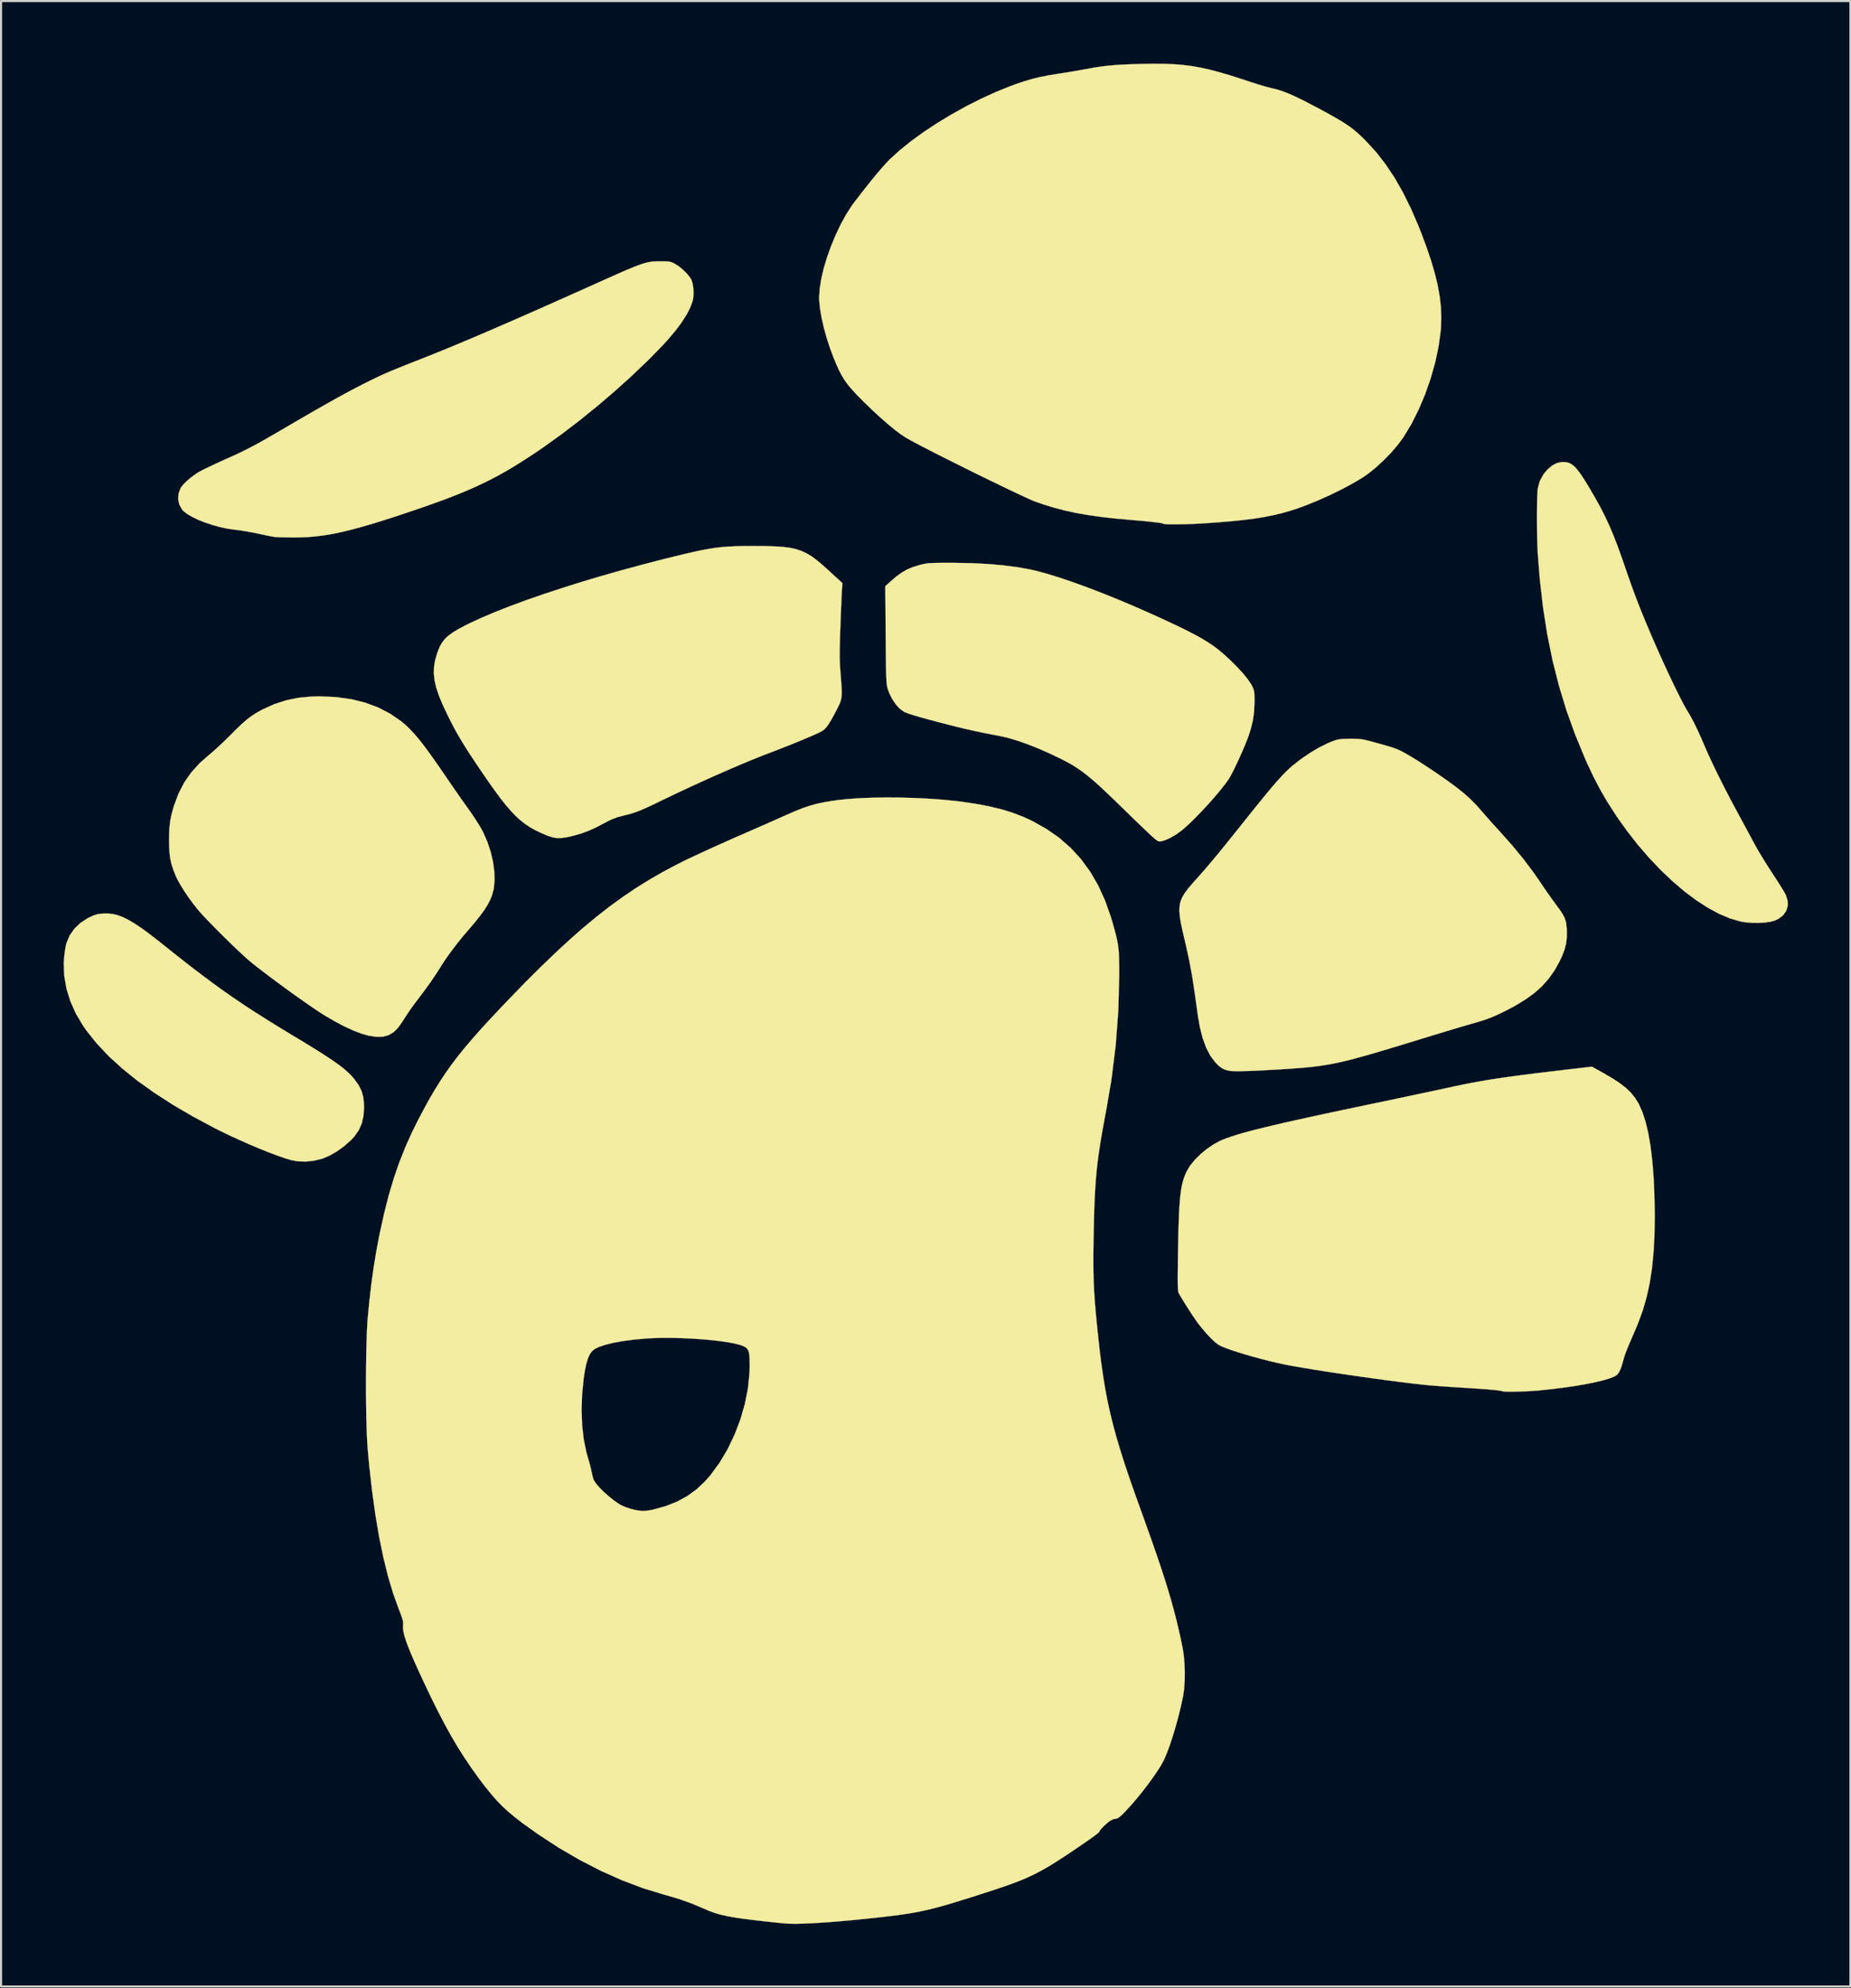
<source format=kicad_pcb>
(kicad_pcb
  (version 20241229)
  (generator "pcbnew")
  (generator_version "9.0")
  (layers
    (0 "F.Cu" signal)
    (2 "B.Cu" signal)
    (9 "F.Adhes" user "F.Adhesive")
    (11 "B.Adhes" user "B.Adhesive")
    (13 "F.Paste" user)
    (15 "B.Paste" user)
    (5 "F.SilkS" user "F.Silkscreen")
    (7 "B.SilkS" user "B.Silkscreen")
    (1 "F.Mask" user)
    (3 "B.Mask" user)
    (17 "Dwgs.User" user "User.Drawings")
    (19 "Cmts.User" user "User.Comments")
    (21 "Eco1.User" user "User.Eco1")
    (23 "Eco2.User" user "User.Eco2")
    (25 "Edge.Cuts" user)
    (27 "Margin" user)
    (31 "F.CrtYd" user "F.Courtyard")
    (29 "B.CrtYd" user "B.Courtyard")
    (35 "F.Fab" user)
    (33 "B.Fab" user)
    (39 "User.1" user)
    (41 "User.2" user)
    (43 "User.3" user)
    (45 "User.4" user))
  (footprint "F.Silk_g4506"
    (layer "F.Cu")
    (at 39.313 42.925)
    (property "Reference" "F.Silk_g4506" (at 0 0 0) (layer "F.SilkS") (effects (font (size 1.524 1.524) (thickness 0.3))))
    (attr through_hole)
    (fp_poly (pts (xy -37.168 -2.235) (xy -36.943 -2.208) (xy -36.712 -2.15) (xy -36.467 -2.057) (xy -36.203 -1.925) (xy -35.91 -1.751) (xy -35.583 -1.532) (xy -35.214 -1.262) (xy -34.795 -0.938) (xy -34.556 -0.748) (xy -33.906 -0.23) (xy -33.307 0.24) (xy -32.747 0.669) (xy -32.215 1.067) (xy -31.7 1.44) (xy -31.188 1.798) (xy -30.669 2.149) (xy -30.13 2.5) (xy -29.561 2.861) (xy -28.949 3.239) (xy -28.321 3.619) (xy -27.804 3.931) (xy -27.355 4.207) (xy -26.967 4.45) (xy -26.636 4.665) (xy -26.353 4.856) (xy -26.114 5.027) (xy -25.913 5.183) (xy -25.742 5.329) (xy -25.596 5.468) (xy -25.469 5.605) (xy -25.404 5.682) (xy -25.192 5.976) (xy -25.048 6.263) (xy -24.964 6.568) (xy -24.93 6.916) (xy -24.929 7.047) (xy -24.957 7.458) (xy -25.038 7.815) (xy -25.179 8.133) (xy -25.386 8.43) (xy -25.567 8.625) (xy -25.881 8.903) (xy -26.227 9.152) (xy -26.583 9.356) (xy -26.923 9.5) (xy -26.924 9.501) (xy -27.312 9.598) (xy -27.716 9.642) (xy -28.108 9.629) (xy -28.428 9.569) (xy -28.737 9.474) (xy -29.107 9.345) (xy -29.523 9.187) (xy -29.973 9.006) (xy -30.441 8.808) (xy -30.915 8.599) (xy -31.381 8.384) (xy -31.824 8.17) (xy -32.068 8.047) (xy -33.123 7.483) (xy -34.094 6.914) (xy -34.981 6.342) (xy -35.787 5.766) (xy -36.51 5.184) (xy -37.152 4.597) (xy -37.714 4.004) (xy -38.196 3.404) (xy -38.395 3.12) (xy -38.734 2.546) (xy -38.996 1.956) (xy -39.18 1.356) (xy -39.285 0.753) (xy -39.308 0.151) (xy -39.289 -0.137) (xy -39.264 -0.354) (xy -39.233 -0.562) (xy -39.201 -0.733) (xy -39.18 -0.817) (xy -39.026 -1.184) (xy -38.799 -1.51) (xy -38.504 -1.79) (xy -38.145 -2.021) (xy -38.067 -2.06) (xy -37.875 -2.146) (xy -37.715 -2.197) (xy -37.545 -2.225) (xy -37.394 -2.236) (xy -37.168 -2.235)) (stroke (width 0.01) (type solid)) (fill yes) (layer "F.SilkS"))
    (fp_poly (pts (xy 32.642 -23.843) (xy 32.779 -23.809) (xy 32.909 -23.742) (xy 33.039 -23.637) (xy 33.177 -23.486) (xy 33.33 -23.282) (xy 33.505 -23.017) (xy 33.709 -22.686) (xy 33.757 -22.606) (xy 34.037 -22.126) (xy 34.284 -21.677) (xy 34.506 -21.241) (xy 34.711 -20.802) (xy 34.906 -20.341) (xy 35.1 -19.842) (xy 35.3 -19.286) (xy 35.413 -18.959) (xy 35.59 -18.445) (xy 35.751 -17.989) (xy 35.904 -17.57) (xy 36.058 -17.165) (xy 36.22 -16.753) (xy 36.4 -16.311) (xy 36.502 -16.066) (xy 36.704 -15.588) (xy 36.916 -15.101) (xy 37.132 -14.614) (xy 37.348 -14.138) (xy 37.561 -13.679) (xy 37.765 -13.249) (xy 37.957 -12.856) (xy 38.132 -12.509) (xy 38.285 -12.217) (xy 38.413 -11.99) (xy 38.465 -11.905) (xy 38.602 -11.673) (xy 38.759 -11.375) (xy 38.93 -11.023) (xy 39.109 -10.63) (xy 39.266 -10.266) (xy 39.45 -9.847) (xy 39.672 -9.368) (xy 39.929 -8.839) (xy 40.215 -8.271) (xy 40.524 -7.676) (xy 40.85 -7.064) (xy 40.881 -7.006) (xy 41.046 -6.703) (xy 41.214 -6.392) (xy 41.377 -6.091) (xy 41.525 -5.817) (xy 41.649 -5.587) (xy 41.717 -5.461) (xy 41.831 -5.258) (xy 41.981 -5.007) (xy 42.152 -4.727) (xy 42.333 -4.441) (xy 42.511 -4.168) (xy 42.527 -4.143) (xy 42.688 -3.899) (xy 42.838 -3.664) (xy 42.97 -3.452) (xy 43.075 -3.278) (xy 43.144 -3.155) (xy 43.158 -3.127) (xy 43.245 -2.855) (xy 43.251 -2.597) (xy 43.179 -2.361) (xy 43.033 -2.155) (xy 42.817 -1.986) (xy 42.636 -1.9) (xy 42.424 -1.842) (xy 42.153 -1.804) (xy 41.846 -1.787) (xy 41.526 -1.792) (xy 41.217 -1.818) (xy 40.979 -1.859) (xy 40.477 -2.006) (xy 39.952 -2.228) (xy 39.411 -2.522) (xy 38.857 -2.882) (xy 38.297 -3.303) (xy 37.735 -3.782) (xy 37.176 -4.313) (xy 36.625 -4.891) (xy 36.088 -5.513) (xy 35.569 -6.174) (xy 35.074 -6.868) (xy 34.608 -7.592) (xy 34.574 -7.649) (xy 34.262 -8.188) (xy 33.965 -8.758) (xy 33.67 -9.38) (xy 33.558 -9.631) (xy 33.08 -10.786) (xy 32.661 -11.951) (xy 32.299 -13.136) (xy 31.992 -14.349) (xy 31.738 -15.598) (xy 31.535 -16.894) (xy 31.38 -18.245) (xy 31.285 -19.451) (xy 31.271 -19.727) (xy 31.259 -20.046) (xy 31.251 -20.394) (xy 31.246 -20.758) (xy 31.244 -21.125) (xy 31.245 -21.482) (xy 31.249 -21.814) (xy 31.256 -22.11) (xy 31.266 -22.355) (xy 31.279 -22.536) (xy 31.287 -22.605) (xy 31.386 -22.955) (xy 31.563 -23.275) (xy 31.75 -23.496) (xy 31.981 -23.692) (xy 32.212 -23.808) (xy 32.455 -23.853) (xy 32.491 -23.853) (xy 32.642 -23.843)) (stroke (width 0.01) (type solid)) (fill yes) (layer "F.SilkS"))
    (fp_poly (pts (xy -26.294 -12.6) (xy -25.565 -12.501) (xy -24.884 -12.335) (xy -24.254 -12.101) (xy -23.674 -11.801) (xy -23.147 -11.435) (xy -23.1 -11.397) (xy -22.92 -11.242) (xy -22.74 -11.071) (xy -22.557 -10.877) (xy -22.363 -10.653) (xy -22.154 -10.392) (xy -21.923 -10.087) (xy -21.665 -9.731) (xy -21.374 -9.317) (xy -21.048 -8.841) (xy -20.841 -8.539) (xy -20.621 -8.22) (xy -20.401 -7.903) (xy -20.192 -7.605) (xy -20.009 -7.346) (xy -19.897 -7.19) (xy -19.725 -6.944) (xy -19.555 -6.687) (xy -19.401 -6.441) (xy -19.277 -6.227) (xy -19.219 -6.117) (xy -19.02 -5.657) (xy -18.864 -5.184) (xy -18.754 -4.712) (xy -18.692 -4.253) (xy -18.679 -3.821) (xy -18.717 -3.427) (xy -18.808 -3.085) (xy -18.81 -3.079) (xy -18.902 -2.864) (xy -19.016 -2.648) (xy -19.159 -2.419) (xy -19.339 -2.169) (xy -19.563 -1.885) (xy -19.837 -1.559) (xy -19.996 -1.376) (xy -20.221 -1.111) (xy -20.457 -0.817) (xy -20.691 -0.511) (xy -20.909 -0.215) (xy -21.095 0.054) (xy -21.21 0.233) (xy -21.462 0.633) (xy -21.73 1.029) (xy -22.031 1.446) (xy -22.201 1.672) (xy -22.411 1.95) (xy -22.58 2.178) (xy -22.719 2.371) (xy -22.839 2.546) (xy -22.953 2.72) (xy -23.072 2.907) (xy -23.085 2.93) (xy -23.296 3.227) (xy -23.515 3.445) (xy -23.754 3.588) (xy -24.023 3.661) (xy -24.334 3.668) (xy -24.697 3.614) (xy -24.701 3.613) (xy -25.051 3.515) (xy -25.449 3.363) (xy -25.886 3.162) (xy -26.352 2.915) (xy -26.836 2.63) (xy -27.077 2.476) (xy -27.351 2.293) (xy -27.666 2.077) (xy -28.009 1.836) (xy -28.371 1.578) (xy -28.739 1.311) (xy -29.104 1.043) (xy -29.453 0.783) (xy -29.777 0.538) (xy -30.063 0.316) (xy -30.302 0.126) (xy -30.477 -0.021) (xy -30.708 -0.228) (xy -30.973 -0.475) (xy -31.26 -0.749) (xy -31.558 -1.04) (xy -31.857 -1.335) (xy -32.143 -1.624) (xy -32.406 -1.896) (xy -32.634 -2.138) (xy -32.817 -2.34) (xy -32.882 -2.416) (xy -33.103 -2.693) (xy -33.323 -2.994) (xy -33.531 -3.301) (xy -33.714 -3.595) (xy -33.862 -3.859) (xy -33.949 -4.043) (xy -34.065 -4.34) (xy -34.15 -4.603) (xy -34.207 -4.856) (xy -34.242 -5.126) (xy -34.26 -5.437) (xy -34.264 -5.694) (xy -34.261 -6.076) (xy -34.243 -6.4) (xy -34.207 -6.691) (xy -34.149 -6.976) (xy -34.066 -7.28) (xy -34.026 -7.408) (xy -33.807 -7.991) (xy -33.536 -8.514) (xy -33.204 -8.99) (xy -32.804 -9.431) (xy -32.391 -9.796) (xy -32.193 -9.963) (xy -31.958 -10.173) (xy -31.71 -10.404) (xy -31.469 -10.636) (xy -31.316 -10.79) (xy -31.024 -11.083) (xy -30.771 -11.322) (xy -30.544 -11.518) (xy -30.329 -11.682) (xy -30.112 -11.825) (xy -29.879 -11.958) (xy -29.767 -12.016) (xy -29.222 -12.262) (xy -28.667 -12.442) (xy -28.088 -12.561) (xy -27.468 -12.622) (xy -27.072 -12.632) (xy -26.294 -12.6)) (stroke (width 0.01) (type solid)) (fill yes) (layer "F.SilkS"))
    (fp_poly (pts (xy 3.323 -19.026) (xy 4.161 -19.01) (xy 4.956 -18.97) (xy 5.7 -18.904) (xy 6.383 -18.815) (xy 6.997 -18.703) (xy 7.26 -18.643) (xy 7.781 -18.502) (xy 8.367 -18.321) (xy 9.009 -18.104) (xy 9.698 -17.854) (xy 10.427 -17.574) (xy 11.186 -17.267) (xy 11.968 -16.937) (xy 12.763 -16.588) (xy 13.564 -16.221) (xy 13.589 -16.209) (xy 14.084 -15.975) (xy 14.51 -15.766) (xy 14.878 -15.576) (xy 15.199 -15.398) (xy 15.481 -15.226) (xy 15.736 -15.055) (xy 15.974 -14.877) (xy 16.204 -14.686) (xy 16.437 -14.476) (xy 16.547 -14.373) (xy 16.878 -14.044) (xy 17.158 -13.74) (xy 17.382 -13.466) (xy 17.544 -13.229) (xy 17.6 -13.128) (xy 17.649 -13.022) (xy 17.682 -12.927) (xy 17.702 -12.823) (xy 17.712 -12.688) (xy 17.715 -12.501) (xy 17.715 -12.361) (xy 17.697 -11.916) (xy 17.641 -11.5) (xy 17.539 -11.078) (xy 17.443 -10.774) (xy 17.363 -10.555) (xy 17.257 -10.292) (xy 17.134 -10.004) (xy 17 -9.704) (xy 16.864 -9.411) (xy 16.733 -9.139) (xy 16.614 -8.907) (xy 16.515 -8.729) (xy 16.478 -8.669) (xy 16.298 -8.418) (xy 16.067 -8.126) (xy 15.798 -7.807) (xy 15.505 -7.476) (xy 15.2 -7.147) (xy 14.897 -6.834) (xy 14.609 -6.552) (xy 14.349 -6.316) (xy 14.226 -6.212) (xy 13.959 -6.018) (xy 13.686 -5.859) (xy 13.429 -5.746) (xy 13.249 -5.695) (xy 13.175 -5.687) (xy 13.108 -5.7) (xy 13.032 -5.744) (xy 12.927 -5.827) (xy 12.806 -5.934) (xy 12.705 -6.027) (xy 12.554 -6.17) (xy 12.36 -6.354) (xy 12.134 -6.571) (xy 11.886 -6.812) (xy 11.623 -7.067) (xy 11.411 -7.273) (xy 11.004 -7.669) (xy 10.647 -8.01) (xy 10.334 -8.303) (xy 10.056 -8.554) (xy 9.805 -8.768) (xy 9.573 -8.953) (xy 9.353 -9.114) (xy 9.137 -9.257) (xy 8.917 -9.39) (xy 8.686 -9.518) (xy 8.441 -9.644) (xy 7.899 -9.903) (xy 7.361 -10.139) (xy 6.838 -10.345) (xy 6.346 -10.517) (xy 5.897 -10.649) (xy 5.546 -10.73) (xy 5.106 -10.814) (xy 4.73 -10.889) (xy 4.397 -10.958) (xy 4.087 -11.026) (xy 3.779 -11.097) (xy 3.454 -11.176) (xy 3.118 -11.261) (xy 2.562 -11.404) (xy 2.088 -11.53) (xy 1.694 -11.64) (xy 1.379 -11.733) (xy 1.142 -11.81) (xy 0.981 -11.872) (xy 0.94 -11.891) (xy 0.744 -12.029) (xy 0.552 -12.234) (xy 0.378 -12.486) (xy 0.233 -12.769) (xy 0.142 -13.02) (xy 0.126 -13.084) (xy 0.113 -13.16) (xy 0.101 -13.256) (xy 0.091 -13.378) (xy 0.083 -13.535) (xy 0.076 -13.733) (xy 0.07 -13.98) (xy 0.065 -14.282) (xy 0.061 -14.648) (xy 0.057 -15.084) (xy 0.053 -15.59) (xy 0.035 -17.909) (xy 0.257 -18.109) (xy 0.549 -18.36) (xy 0.814 -18.554) (xy 1.073 -18.704) (xy 1.347 -18.821) (xy 1.658 -18.917) (xy 1.723 -18.934) (xy 1.837 -18.962) (xy 1.945 -18.983) (xy 2.057 -19) (xy 2.188 -19.012) (xy 2.348 -19.019) (xy 2.549 -19.024) (xy 2.805 -19.026) (xy 3.127 -19.026) (xy 3.323 -19.026)) (stroke (width 0.01) (type solid)) (fill yes) (layer "F.SilkS"))
    (fp_poly (pts (xy -10.556 -33.462) (xy -10.401 -33.457) (xy -10.289 -33.443) (xy -10.197 -33.418) (xy -10.106 -33.376) (xy -10.033 -33.338) (xy -9.842 -33.213) (xy -9.646 -33.05) (xy -9.464 -32.869) (xy -9.32 -32.692) (xy -9.25 -32.575) (xy -9.194 -32.403) (xy -9.16 -32.18) (xy -9.149 -31.939) (xy -9.163 -31.71) (xy -9.185 -31.59) (xy -9.295 -31.275) (xy -9.474 -30.922) (xy -9.721 -30.536) (xy -10.031 -30.123) (xy -10.401 -29.687) (xy -10.624 -29.444) (xy -11.324 -28.729) (xy -12.088 -27.998) (xy -12.901 -27.265) (xy -13.746 -26.542) (xy -14.609 -25.844) (xy -15.473 -25.183) (xy -16.323 -24.573) (xy -16.658 -24.344) (xy -17.151 -24.018) (xy -17.62 -23.721) (xy -18.075 -23.448) (xy -18.524 -23.196) (xy -18.978 -22.959) (xy -19.446 -22.733) (xy -19.939 -22.513) (xy -20.466 -22.295) (xy -21.037 -22.074) (xy -21.662 -21.846) (xy -22.35 -21.606) (xy -23.029 -21.377) (xy -23.739 -21.144) (xy -24.38 -20.942) (xy -24.96 -20.771) (xy -25.488 -20.627) (xy -25.972 -20.508) (xy -26.42 -20.414) (xy -26.842 -20.343) (xy -27.245 -20.292) (xy -27.639 -20.259) (xy -28.031 -20.244) (xy -28.355 -20.242) (xy -28.603 -20.245) (xy -28.832 -20.25) (xy -29.024 -20.256) (xy -29.16 -20.262) (xy -29.21 -20.266) (xy -29.302 -20.281) (xy -29.459 -20.311) (xy -29.662 -20.352) (xy -29.892 -20.4) (xy -30.014 -20.427) (xy -30.285 -20.482) (xy -30.57 -20.534) (xy -30.839 -20.577) (xy -31.065 -20.607) (xy -31.115 -20.613) (xy -31.456 -20.66) (xy -31.814 -20.736) (xy -32.177 -20.835) (xy -32.529 -20.952) (xy -32.859 -21.083) (xy -33.152 -21.222) (xy -33.395 -21.363) (xy -33.575 -21.502) (xy -33.641 -21.574) (xy -33.773 -21.813) (xy -33.829 -22.075) (xy -33.811 -22.342) (xy -33.715 -22.596) (xy -33.693 -22.634) (xy -33.575 -22.786) (xy -33.401 -22.958) (xy -33.19 -23.134) (xy -32.964 -23.297) (xy -32.836 -23.377) (xy -32.715 -23.442) (xy -32.53 -23.535) (xy -32.295 -23.648) (xy -32.025 -23.774) (xy -31.734 -23.908) (xy -31.47 -24.026) (xy -31.119 -24.185) (xy -30.802 -24.335) (xy -30.499 -24.485) (xy -30.194 -24.644) (xy -29.868 -24.823) (xy -29.504 -25.029) (xy -29.142 -25.24) (xy -28.51 -25.609) (xy -27.944 -25.938) (xy -27.437 -26.231) (xy -26.982 -26.491) (xy -26.573 -26.723) (xy -26.201 -26.93) (xy -25.862 -27.116) (xy -25.548 -27.285) (xy -25.252 -27.44) (xy -24.967 -27.586) (xy -24.815 -27.662) (xy -24.604 -27.767) (xy -24.415 -27.86) (xy -24.239 -27.944) (xy -24.065 -28.024) (xy -23.883 -28.105) (xy -23.683 -28.191) (xy -23.455 -28.285) (xy -23.188 -28.394) (xy -22.873 -28.52) (xy -22.499 -28.668) (xy -22.057 -28.842) (xy -22.056 -28.843) (xy -21.529 -29.053) (xy -20.967 -29.281) (xy -20.367 -29.53) (xy -19.722 -29.801) (xy -19.031 -30.097) (xy -18.287 -30.418) (xy -17.488 -30.767) (xy -16.629 -31.145) (xy -15.705 -31.555) (xy -14.713 -31.998) (xy -13.772 -32.42) (xy -13.288 -32.637) (xy -12.874 -32.821) (xy -12.522 -32.976) (xy -12.224 -33.104) (xy -11.973 -33.207) (xy -11.761 -33.288) (xy -11.58 -33.349) (xy -11.424 -33.394) (xy -11.284 -33.425) (xy -11.152 -33.445) (xy -11.022 -33.456) (xy -10.886 -33.461) (xy -10.774 -33.462) (xy -10.556 -33.462)) (stroke (width 0.01) (type solid)) (fill yes) (layer "F.SilkS"))
    (fp_poly (pts (xy -5.688 -19.827) (xy -5.247 -19.814) (xy -4.868 -19.789) (xy -4.539 -19.747) (xy -4.248 -19.684) (xy -3.985 -19.597) (xy -3.737 -19.482) (xy -3.493 -19.334) (xy -3.243 -19.149) (xy -2.973 -18.924) (xy -2.673 -18.655) (xy -2.611 -18.598) (xy -2.023 -18.055) (xy -2.047 -17.653) (xy -2.055 -17.51) (xy -2.065 -17.296) (xy -2.076 -17.026) (xy -2.089 -16.714) (xy -2.103 -16.373) (xy -2.116 -16.019) (xy -2.121 -15.871) (xy -2.136 -15.446) (xy -2.145 -15.092) (xy -2.15 -14.792) (xy -2.15 -14.533) (xy -2.145 -14.299) (xy -2.135 -14.076) (xy -2.119 -13.849) (xy -2.113 -13.775) (xy -2.085 -13.419) (xy -2.065 -13.134) (xy -2.054 -12.908) (xy -2.054 -12.727) (xy -2.067 -12.578) (xy -2.093 -12.448) (xy -2.135 -12.324) (xy -2.192 -12.194) (xy -2.268 -12.043) (xy -2.303 -11.976) (xy -2.46 -11.678) (xy -2.59 -11.446) (xy -2.701 -11.271) (xy -2.8 -11.14) (xy -2.897 -11.044) (xy -2.997 -10.972) (xy -3.064 -10.935) (xy -3.231 -10.855) (xy -3.463 -10.752) (xy -3.745 -10.631) (xy -4.062 -10.498) (xy -4.402 -10.36) (xy -4.748 -10.221) (xy -5.087 -10.089) (xy -5.403 -9.969) (xy -5.419 -9.963) (xy -5.871 -9.789) (xy -6.385 -9.582) (xy -6.951 -9.345) (xy -7.555 -9.086) (xy -8.186 -8.808) (xy -8.831 -8.517) (xy -9.478 -8.219) (xy -10.116 -7.919) (xy -10.668 -7.654) (xy -11.019 -7.484) (xy -11.309 -7.347) (xy -11.551 -7.238) (xy -11.757 -7.151) (xy -11.943 -7.082) (xy -12.122 -7.024) (xy -12.306 -6.973) (xy -12.51 -6.923) (xy -12.522 -6.92) (xy -12.786 -6.849) (xy -13.018 -6.766) (xy -13.255 -6.656) (xy -13.42 -6.568) (xy -13.824 -6.356) (xy -14.191 -6.191) (xy -14.547 -6.061) (xy -14.916 -5.957) (xy -14.951 -5.948) (xy -15.25 -5.883) (xy -15.493 -5.85) (xy -15.704 -5.85) (xy -15.903 -5.884) (xy -16.116 -5.953) (xy -16.204 -5.988) (xy -16.489 -6.111) (xy -16.751 -6.239) (xy -16.994 -6.377) (xy -17.224 -6.532) (xy -17.448 -6.708) (xy -17.672 -6.913) (xy -17.9 -7.152) (xy -18.14 -7.43) (xy -18.396 -7.755) (xy -18.674 -8.131) (xy -18.982 -8.565) (xy -19.323 -9.062) (xy -19.524 -9.36) (xy -19.802 -9.777) (xy -20.038 -10.142) (xy -20.243 -10.473) (xy -20.427 -10.785) (xy -20.6 -11.095) (xy -20.77 -11.42) (xy -20.934 -11.748) (xy -21.162 -12.232) (xy -21.34 -12.661) (xy -21.468 -13.045) (xy -21.55 -13.395) (xy -21.585 -13.723) (xy -21.576 -14.039) (xy -21.525 -14.354) (xy -21.432 -14.679) (xy -21.379 -14.827) (xy -21.289 -15.038) (xy -21.182 -15.222) (xy -21.05 -15.388) (xy -20.882 -15.544) (xy -20.669 -15.699) (xy -20.401 -15.859) (xy -20.069 -16.035) (xy -19.833 -16.151) (xy -19.27 -16.41) (xy -18.631 -16.68) (xy -17.922 -16.958) (xy -17.151 -17.242) (xy -16.324 -17.53) (xy -15.448 -17.818) (xy -14.532 -18.106) (xy -13.58 -18.391) (xy -12.602 -18.669) (xy -11.603 -18.94) (xy -10.591 -19.201) (xy -10.097 -19.324) (xy -9.599 -19.444) (xy -9.168 -19.544) (xy -8.791 -19.625) (xy -8.452 -19.689) (xy -8.138 -19.739) (xy -7.835 -19.776) (xy -7.527 -19.801) (xy -7.201 -19.818) (xy -6.842 -19.827) (xy -6.436 -19.83) (xy -6.202 -19.83) (xy -5.688 -19.827)) (stroke (width 0.01) (type solid)) (fill yes) (layer "F.SilkS"))
    (fp_poly (pts (xy 22.517 -10.601) (xy 22.685 -10.595) (xy 22.835 -10.579) (xy 22.99 -10.552) (xy 23.173 -10.508) (xy 23.408 -10.445) (xy 23.495 -10.421) (xy 23.816 -10.332) (xy 24.068 -10.26) (xy 24.267 -10.2) (xy 24.426 -10.148) (xy 24.558 -10.097) (xy 24.678 -10.044) (xy 24.799 -9.982) (xy 24.935 -9.907) (xy 24.993 -9.875) (xy 25.252 -9.723) (xy 25.562 -9.531) (xy 25.905 -9.31) (xy 26.266 -9.071) (xy 26.627 -8.824) (xy 26.973 -8.581) (xy 27.285 -8.354) (xy 27.305 -8.339) (xy 27.702 -8.027) (xy 28.047 -7.721) (xy 28.366 -7.396) (xy 28.634 -7.091) (xy 28.742 -6.965) (xy 28.893 -6.794) (xy 29.074 -6.59) (xy 29.272 -6.372) (xy 29.471 -6.153) (xy 29.48 -6.144) (xy 30.066 -5.485) (xy 30.589 -4.849) (xy 31.063 -4.221) (xy 31.407 -3.725) (xy 31.574 -3.478) (xy 31.753 -3.219) (xy 31.929 -2.97) (xy 32.083 -2.756) (xy 32.163 -2.648) (xy 32.34 -2.408) (xy 32.47 -2.213) (xy 32.559 -2.044) (xy 32.617 -1.883) (xy 32.651 -1.709) (xy 32.669 -1.505) (xy 32.673 -1.418) (xy 32.672 -1.099) (xy 32.64 -0.811) (xy 32.571 -0.53) (xy 32.459 -0.231) (xy 32.321 0.064) (xy 32.079 0.497) (xy 31.802 0.888) (xy 31.483 1.245) (xy 31.112 1.576) (xy 30.68 1.888) (xy 30.18 2.191) (xy 29.734 2.425) (xy 29.451 2.563) (xy 29.202 2.676) (xy 28.965 2.773) (xy 28.716 2.862) (xy 28.434 2.951) (xy 28.095 3.05) (xy 28.046 3.063) (xy 27.851 3.119) (xy 27.589 3.196) (xy 27.273 3.29) (xy 26.917 3.397) (xy 26.535 3.512) (xy 26.14 3.632) (xy 25.746 3.753) (xy 25.696 3.768) (xy 25.004 3.981) (xy 24.385 4.169) (xy 23.832 4.335) (xy 23.337 4.481) (xy 22.891 4.607) (xy 22.489 4.716) (xy 22.122 4.81) (xy 21.782 4.889) (xy 21.462 4.956) (xy 21.154 5.012) (xy 20.851 5.059) (xy 20.545 5.098) (xy 20.229 5.132) (xy 19.895 5.161) (xy 19.534 5.188) (xy 19.141 5.214) (xy 18.965 5.225) (xy 18.373 5.259) (xy 17.863 5.286) (xy 17.434 5.303) (xy 17.084 5.312) (xy 16.811 5.313) (xy 16.613 5.306) (xy 16.506 5.294) (xy 16.313 5.245) (xy 16.15 5.167) (xy 15.993 5.045) (xy 15.838 4.887) (xy 15.602 4.574) (xy 15.401 4.187) (xy 15.232 3.724) (xy 15.097 3.185) (xy 15.011 2.685) (xy 14.979 2.463) (xy 14.941 2.19) (xy 14.9 1.899) (xy 14.862 1.623) (xy 14.858 1.593) (xy 14.738 0.802) (xy 14.596 0.036) (xy 14.425 -0.748) (xy 14.371 -0.974) (xy 14.268 -1.414) (xy 14.189 -1.785) (xy 14.139 -2.099) (xy 14.118 -2.366) (xy 14.128 -2.599) (xy 14.173 -2.809) (xy 14.253 -3.009) (xy 14.372 -3.21) (xy 14.531 -3.424) (xy 14.733 -3.662) (xy 14.893 -3.841) (xy 15.075 -4.045) (xy 15.253 -4.246) (xy 15.43 -4.451) (xy 15.615 -4.669) (xy 15.813 -4.905) (xy 16.03 -5.168) (xy 16.272 -5.466) (xy 16.547 -5.806) (xy 16.859 -6.195) (xy 17.216 -6.641) (xy 17.322 -6.773) (xy 17.686 -7.229) (xy 18.005 -7.623) (xy 18.282 -7.962) (xy 18.524 -8.252) (xy 18.736 -8.5) (xy 18.923 -8.71) (xy 19.09 -8.889) (xy 19.243 -9.044) (xy 19.386 -9.18) (xy 19.526 -9.304) (xy 19.538 -9.313) (xy 19.94 -9.63) (xy 20.37 -9.923) (xy 20.806 -10.181) (xy 21.229 -10.391) (xy 21.505 -10.502) (xy 21.642 -10.546) (xy 21.774 -10.575) (xy 21.927 -10.592) (xy 22.122 -10.6) (xy 22.31 -10.602) (xy 22.517 -10.601)) (stroke (width 0.01) (type solid)) (fill yes) (layer "F.SilkS"))
    (fp_poly (pts (xy 34.466 5.428) (xy 34.884 5.673) (xy 35.232 5.903) (xy 35.517 6.128) (xy 35.752 6.357) (xy 35.945 6.598) (xy 36.107 6.86) (xy 36.126 6.896) (xy 36.297 7.282) (xy 36.447 7.747) (xy 36.575 8.291) (xy 36.681 8.911) (xy 36.765 9.605) (xy 36.827 10.372) (xy 36.866 11.208) (xy 36.883 12.113) (xy 36.883 12.319) (xy 36.869 13.196) (xy 36.825 14.003) (xy 36.751 14.749) (xy 36.643 15.445) (xy 36.502 16.1) (xy 36.324 16.724) (xy 36.108 17.327) (xy 35.973 17.653) (xy 35.827 17.988) (xy 35.711 18.257) (xy 35.621 18.47) (xy 35.552 18.638) (xy 35.499 18.773) (xy 35.458 18.885) (xy 35.426 18.986) (xy 35.397 19.085) (xy 35.383 19.135) (xy 35.306 19.402) (xy 35.236 19.6) (xy 35.165 19.741) (xy 35.087 19.84) (xy 34.993 19.91) (xy 34.943 19.936) (xy 34.713 20.026) (xy 34.407 20.116) (xy 34.032 20.206) (xy 33.598 20.294) (xy 33.113 20.378) (xy 32.584 20.456) (xy 32.021 20.527) (xy 31.431 20.591) (xy 31.387 20.595) (xy 31.148 20.615) (xy 30.886 20.631) (xy 30.615 20.644) (xy 30.349 20.654) (xy 30.102 20.659) (xy 29.888 20.659) (xy 29.72 20.655) (xy 29.614 20.646) (xy 29.582 20.636) (xy 29.524 20.618) (xy 29.383 20.596) (xy 29.164 20.573) (xy 28.87 20.547) (xy 28.503 20.52) (xy 28.066 20.49) (xy 27.686 20.467) (xy 27.342 20.446) (xy 26.986 20.422) (xy 26.639 20.397) (xy 26.322 20.372) (xy 26.055 20.35) (xy 25.929 20.338) (xy 25.534 20.296) (xy 25.076 20.242) (xy 24.569 20.179) (xy 24.023 20.108) (xy 23.45 20.03) (xy 22.863 19.948) (xy 22.273 19.863) (xy 21.692 19.777) (xy 21.131 19.692) (xy 20.602 19.608) (xy 20.118 19.529) (xy 19.689 19.455) (xy 19.328 19.389) (xy 19.206 19.365) (xy 18.833 19.285) (xy 18.441 19.193) (xy 18.043 19.092) (xy 17.648 18.985) (xy 17.268 18.876) (xy 16.915 18.768) (xy 16.599 18.664) (xy 16.333 18.568) (xy 16.126 18.483) (xy 15.99 18.412) (xy 15.987 18.41) (xy 15.822 18.282) (xy 15.626 18.097) (xy 15.412 17.87) (xy 15.195 17.616) (xy 15.018 17.391) (xy 14.906 17.235) (xy 14.768 17.033) (xy 14.618 16.805) (xy 14.465 16.567) (xy 14.321 16.337) (xy 14.199 16.135) (xy 14.109 15.978) (xy 14.087 15.936) (xy 14.072 15.897) (xy 14.06 15.841) (xy 14.051 15.759) (xy 14.045 15.644) (xy 14.041 15.489) (xy 14.039 15.287) (xy 14.04 15.03) (xy 14.044 14.711) (xy 14.049 14.322) (xy 14.056 13.855) (xy 14.057 13.843) (xy 14.068 13.237) (xy 14.081 12.708) (xy 14.098 12.248) (xy 14.117 11.851) (xy 14.142 11.51) (xy 14.171 11.215) (xy 14.207 10.961) (xy 14.25 10.74) (xy 14.3 10.544) (xy 14.359 10.366) (xy 14.427 10.199) (xy 14.477 10.093) (xy 14.64 9.827) (xy 14.868 9.55) (xy 15.143 9.278) (xy 15.449 9.027) (xy 15.77 8.81) (xy 16.046 8.662) (xy 16.207 8.592) (xy 16.39 8.52) (xy 16.598 8.447) (xy 16.836 8.37) (xy 17.108 8.289) (xy 17.417 8.204) (xy 17.768 8.112) (xy 18.165 8.013) (xy 18.612 7.906) (xy 19.113 7.79) (xy 19.672 7.664) (xy 20.293 7.527) (xy 20.981 7.378) (xy 21.738 7.216) (xy 22.57 7.04) (xy 23.481 6.849) (xy 23.635 6.817) (xy 24.105 6.719) (xy 24.588 6.617) (xy 25.073 6.515) (xy 25.544 6.415) (xy 25.988 6.321) (xy 26.391 6.235) (xy 26.738 6.16) (xy 27.009 6.101) (xy 27.396 6.017) (xy 27.764 5.941) (xy 28.123 5.871) (xy 28.481 5.805) (xy 28.848 5.741) (xy 29.234 5.68) (xy 29.647 5.619) (xy 30.097 5.556) (xy 30.593 5.49) (xy 31.144 5.421) (xy 31.76 5.346) (xy 32.45 5.264) (xy 32.524 5.255) (xy 33.87 5.097) (xy 34.466 5.428)) (stroke (width 0.01) (type solid)) (fill yes) (layer "F.SilkS"))
    (fp_poly (pts (xy 13.389 -42.917) (xy 13.848 -42.899) (xy 14.282 -42.865) (xy 14.703 -42.812) (xy 15.126 -42.738) (xy 15.564 -42.642) (xy 16.03 -42.519) (xy 16.538 -42.37) (xy 17.101 -42.19) (xy 17.505 -42.056) (xy 17.767 -41.971) (xy 18.037 -41.888) (xy 18.29 -41.816) (xy 18.5 -41.761) (xy 18.576 -41.743) (xy 18.826 -41.68) (xy 19.092 -41.594) (xy 19.383 -41.48) (xy 19.711 -41.332) (xy 20.088 -41.148) (xy 20.523 -40.921) (xy 20.534 -40.916) (xy 20.963 -40.686) (xy 21.326 -40.489) (xy 21.632 -40.316) (xy 21.892 -40.162) (xy 22.115 -40.019) (xy 22.311 -39.883) (xy 22.489 -39.745) (xy 22.66 -39.599) (xy 22.832 -39.44) (xy 23.016 -39.259) (xy 23.051 -39.224) (xy 23.535 -38.697) (xy 23.989 -38.115) (xy 24.417 -37.474) (xy 24.822 -36.767) (xy 25.207 -35.988) (xy 25.576 -35.133) (xy 25.667 -34.904) (xy 25.941 -34.176) (xy 26.168 -33.508) (xy 26.35 -32.892) (xy 26.488 -32.318) (xy 26.585 -31.778) (xy 26.642 -31.263) (xy 26.661 -30.764) (xy 26.643 -30.273) (xy 26.632 -30.132) (xy 26.533 -29.396) (xy 26.372 -28.633) (xy 26.154 -27.861) (xy 25.887 -27.098) (xy 25.576 -26.362) (xy 25.228 -25.67) (xy 24.848 -25.042) (xy 24.845 -25.037) (xy 24.582 -24.68) (xy 24.263 -24.308) (xy 23.907 -23.941) (xy 23.536 -23.599) (xy 23.168 -23.302) (xy 22.969 -23.161) (xy 22.641 -22.957) (xy 22.249 -22.736) (xy 21.811 -22.507) (xy 21.343 -22.279) (xy 20.862 -22.062) (xy 20.697 -21.99) (xy 20.269 -21.816) (xy 19.86 -21.662) (xy 19.457 -21.528) (xy 19.052 -21.412) (xy 18.634 -21.311) (xy 18.193 -21.223) (xy 17.719 -21.147) (xy 17.202 -21.081) (xy 16.631 -21.022) (xy 15.997 -20.968) (xy 15.289 -20.918) (xy 15.22 -20.914) (xy 14.958 -20.899) (xy 14.679 -20.887) (xy 14.397 -20.879) (xy 14.124 -20.873) (xy 13.874 -20.871) (xy 13.661 -20.872) (xy 13.497 -20.877) (xy 13.395 -20.885) (xy 13.369 -20.893) (xy 13.313 -20.915) (xy 13.185 -20.941) (xy 12.983 -20.968) (xy 12.705 -20.999) (xy 12.348 -21.034) (xy 11.91 -21.072) (xy 11.79 -21.082) (xy 11.043 -21.15) (xy 10.368 -21.226) (xy 9.752 -21.313) (xy 9.184 -21.412) (xy 8.651 -21.528) (xy 8.139 -21.66) (xy 7.638 -21.813) (xy 7.239 -21.951) (xy 7.102 -22.005) (xy 6.899 -22.095) (xy 6.636 -22.215) (xy 6.321 -22.362) (xy 5.964 -22.531) (xy 5.572 -22.72) (xy 5.152 -22.923) (xy 4.714 -23.137) (xy 4.265 -23.357) (xy 3.813 -23.581) (xy 3.366 -23.804) (xy 2.932 -24.021) (xy 2.52 -24.229) (xy 2.137 -24.425) (xy 1.792 -24.603) (xy 1.492 -24.76) (xy 1.245 -24.892) (xy 1.061 -24.996) (xy 1.005 -25.028) (xy 0.765 -25.189) (xy 0.478 -25.406) (xy 0.153 -25.674) (xy -0.2 -25.983) (xy -0.574 -26.327) (xy -0.959 -26.699) (xy -1.015 -26.755) (xy -1.31 -27.053) (xy -1.551 -27.313) (xy -1.75 -27.549) (xy -1.916 -27.777) (xy -2.06 -28.012) (xy -2.194 -28.271) (xy -2.327 -28.569) (xy -2.434 -28.829) (xy -2.615 -29.313) (xy -2.775 -29.807) (xy -2.91 -30.295) (xy -3.016 -30.763) (xy -3.09 -31.193) (xy -3.128 -31.573) (xy -3.133 -31.729) (xy -3.106 -32.149) (xy -3.031 -32.62) (xy -2.912 -33.127) (xy -2.754 -33.656) (xy -2.562 -34.192) (xy -2.343 -34.722) (xy -2.101 -35.23) (xy -1.842 -35.702) (xy -1.571 -36.125) (xy -1.453 -36.286) (xy -1.05 -36.808) (xy -0.686 -37.267) (xy -0.364 -37.66) (xy -0.085 -37.986) (xy 0.151 -38.244) (xy 0.247 -38.341) (xy 0.716 -38.771) (xy 1.257 -39.207) (xy 1.858 -39.644) (xy 2.506 -40.073) (xy 3.189 -40.487) (xy 3.897 -40.88) (xy 4.615 -41.244) (xy 5.334 -41.572) (xy 6.04 -41.857) (xy 6.264 -41.939) (xy 6.678 -42.079) (xy 7.061 -42.193) (xy 7.441 -42.286) (xy 7.848 -42.367) (xy 8.311 -42.442) (xy 8.317 -42.443) (xy 8.621 -42.49) (xy 8.958 -42.545) (xy 9.293 -42.603) (xy 9.591 -42.656) (xy 9.673 -42.671) (xy 10.007 -42.732) (xy 10.319 -42.781) (xy 10.626 -42.82) (xy 10.944 -42.851) (xy 11.29 -42.874) (xy 11.681 -42.893) (xy 12.132 -42.907) (xy 12.34 -42.912) (xy 12.891 -42.92) (xy 13.389 -42.917)) (stroke (width 0.01) (type solid)) (fill yes) (layer "F.SilkS"))
    (fp_poly (pts (xy 0.725 -7.786) (xy 1.412 -7.768) (xy 2.092 -7.735) (xy 2.751 -7.688) (xy 3.374 -7.627) (xy 3.619 -7.597) (xy 4.342 -7.492) (xy 4.993 -7.37) (xy 5.584 -7.227) (xy 6.125 -7.062) (xy 6.629 -6.87) (xy 7.08 -6.662) (xy 7.755 -6.283) (xy 8.367 -5.855) (xy 8.918 -5.373) (xy 9.41 -4.835) (xy 9.846 -4.239) (xy 10.227 -3.582) (xy 10.557 -2.861) (xy 10.836 -2.074) (xy 10.917 -1.799) (xy 11.005 -1.483) (xy 11.076 -1.217) (xy 11.13 -0.985) (xy 11.171 -0.771) (xy 11.2 -0.559) (xy 11.218 -0.332) (xy 11.229 -0.074) (xy 11.234 0.231) (xy 11.235 0.598) (xy 11.235 0.741) (xy 11.193 2.404) (xy 11.07 4.055) (xy 10.866 5.705) (xy 10.625 7.12) (xy 10.514 7.712) (xy 10.418 8.245) (xy 10.335 8.733) (xy 10.265 9.188) (xy 10.207 9.623) (xy 10.158 10.049) (xy 10.119 10.48) (xy 10.087 10.928) (xy 10.061 11.405) (xy 10.041 11.925) (xy 10.025 12.499) (xy 10.011 13.14) (xy 10.006 13.42) (xy 9.999 13.966) (xy 9.997 14.458) (xy 10.001 14.912) (xy 10.012 15.345) (xy 10.031 15.773) (xy 10.058 16.212) (xy 10.095 16.68) (xy 10.142 17.192) (xy 10.2 17.766) (xy 10.224 17.992) (xy 10.301 18.688) (xy 10.383 19.336) (xy 10.471 19.947) (xy 10.568 20.532) (xy 10.676 21.1) (xy 10.798 21.662) (xy 10.937 22.229) (xy 11.095 22.81) (xy 11.275 23.418) (xy 11.479 24.061) (xy 11.71 24.75) (xy 11.97 25.496) (xy 12.255 26.289) (xy 12.541 27.081) (xy 12.797 27.803) (xy 13.027 28.464) (xy 13.231 29.07) (xy 13.414 29.63) (xy 13.576 30.153) (xy 13.722 30.647) (xy 13.853 31.119) (xy 13.971 31.578) (xy 14.08 32.032) (xy 14.182 32.49) (xy 14.274 32.935) (xy 14.327 33.282) (xy 14.361 33.677) (xy 14.375 34.094) (xy 14.37 34.508) (xy 14.344 34.893) (xy 14.298 35.223) (xy 14.295 35.242) (xy 14.191 35.723) (xy 14.071 36.215) (xy 13.938 36.703) (xy 13.797 37.171) (xy 13.653 37.603) (xy 13.511 37.983) (xy 13.377 38.291) (xy 13.248 38.531) (xy 13.069 38.817) (xy 12.85 39.136) (xy 12.602 39.477) (xy 12.334 39.824) (xy 12.056 40.165) (xy 11.778 40.486) (xy 11.51 40.775) (xy 11.499 40.787) (xy 11.348 40.937) (xy 11.237 41.034) (xy 11.153 41.086) (xy 11.081 41.105) (xy 11.062 41.106) (xy 10.943 41.133) (xy 10.805 41.202) (xy 10.77 41.226) (xy 10.648 41.323) (xy 10.523 41.437) (xy 10.411 41.549) (xy 10.328 41.645) (xy 10.29 41.707) (xy 10.29 41.714) (xy 10.264 41.752) (xy 10.179 41.826) (xy 10.034 41.938) (xy 9.825 42.088) (xy 9.551 42.279) (xy 9.209 42.512) (xy 8.975 42.67) (xy 8.557 42.948) (xy 8.183 43.189) (xy 7.839 43.4) (xy 7.514 43.586) (xy 7.195 43.753) (xy 6.87 43.907) (xy 6.526 44.054) (xy 6.151 44.199) (xy 5.732 44.348) (xy 5.257 44.509) (xy 4.713 44.685) (xy 4.678 44.696) (xy 4.108 44.878) (xy 3.606 45.034) (xy 3.163 45.169) (xy 2.767 45.284) (xy 2.407 45.382) (xy 2.072 45.465) (xy 1.75 45.536) (xy 1.431 45.598) (xy 1.104 45.653) (xy 0.758 45.704) (xy 0.381 45.753) (xy -0.038 45.803) (xy -0.233 45.825) (xy -0.959 45.903) (xy -1.644 45.971) (xy -2.284 46.027) (xy -2.872 46.072) (xy -3.403 46.105) (xy -3.871 46.126) (xy -4.271 46.134) (xy -4.597 46.129) (xy -4.784 46.117) (xy -5.147 46.082) (xy -5.533 46.041) (xy -5.921 45.998) (xy -6.295 45.954) (xy -6.635 45.911) (xy -6.925 45.873) (xy -7.112 45.845) (xy -7.504 45.776) (xy -7.836 45.703) (xy -8.131 45.618) (xy -8.413 45.515) (xy -8.672 45.404) (xy -9.221 45.17) (xy -9.799 44.964) (xy -10.43 44.775) (xy -10.547 44.744) (xy -11.542 44.441) (xy -12.553 44.061) (xy -13.573 43.607) (xy -14.592 43.083) (xy -15.605 42.494) (xy -16.603 41.842) (xy -17.345 41.31) (xy -17.701 41.036) (xy -18.014 40.776) (xy -18.298 40.514) (xy -18.569 40.237) (xy -18.838 39.929) (xy -19.122 39.578) (xy -19.433 39.167) (xy -19.44 39.158) (xy -19.785 38.679) (xy -20.113 38.195) (xy -20.429 37.695) (xy -20.741 37.168) (xy -21.054 36.604) (xy -21.373 35.992) (xy -21.706 35.321) (xy -22.059 34.581) (xy -22.076 34.544) (xy -22.316 34.026) (xy -22.518 33.576) (xy -22.685 33.189) (xy -22.818 32.86) (xy -22.92 32.582) (xy -22.993 32.349) (xy -23.039 32.156) (xy -23.061 31.997) (xy -23.06 31.865) (xy -23.06 31.863) (xy -23.054 31.767) (xy -23.061 31.672) (xy -23.085 31.562) (xy -23.131 31.42) (xy -23.202 31.228) (xy -23.263 31.073) (xy -23.532 30.326) (xy -23.778 29.501) (xy -24.002 28.597) (xy -24.205 27.614) (xy -24.385 26.55) (xy -24.544 25.406) (xy -24.681 24.181) (xy -24.752 23.41) (xy -24.774 23.092) (xy -24.793 22.703) (xy -24.808 22.256) (xy -24.82 21.763) (xy -24.823 21.555) (xy -14.511 21.555) (xy -14.485 22.267) (xy -14.409 22.937) (xy -14.284 23.553) (xy -14.198 23.855) (xy -14.136 24.066) (xy -14.076 24.298) (xy -14.031 24.499) (xy -14.03 24.503) (xy -13.994 24.668) (xy -13.956 24.811) (xy -13.924 24.902) (xy -13.922 24.905) (xy -13.817 25.062) (xy -13.656 25.249) (xy -13.454 25.452) (xy -13.227 25.655) (xy -12.992 25.844) (xy -12.765 26.005) (xy -12.616 26.094) (xy -12.4 26.19) (xy -12.141 26.274) (xy -11.874 26.337) (xy -11.634 26.369) (xy -11.578 26.371) (xy -11.419 26.361) (xy -11.227 26.335) (xy -11.091 26.309) (xy -10.483 26.139) (xy -9.939 25.924) (xy -9.451 25.66) (xy -9.008 25.338) (xy -8.599 24.954) (xy -8.34 24.659) (xy -7.904 24.065) (xy -7.516 23.413) (xy -7.181 22.715) (xy -6.903 21.986) (xy -6.689 21.239) (xy -6.541 20.488) (xy -6.467 19.747) (xy -6.458 19.431) (xy -6.461 19.142) (xy -6.473 18.924) (xy -6.5 18.765) (xy -6.545 18.65) (xy -6.613 18.568) (xy -6.707 18.504) (xy -6.751 18.482) (xy -6.942 18.412) (xy -7.206 18.347) (xy -7.533 18.287) (xy -7.912 18.233) (xy -8.332 18.186) (xy -8.782 18.146) (xy -9.251 18.115) (xy -9.728 18.094) (xy -10.202 18.082) (xy -10.663 18.082) (xy -11.1 18.094) (xy -11.462 18.115) (xy -12.027 18.168) (xy -12.538 18.236) (xy -12.987 18.318) (xy -13.369 18.411) (xy -13.677 18.516) (xy -13.871 18.609) (xy -14.001 18.71) (xy -14.112 18.858) (xy -14.205 19.059) (xy -14.285 19.322) (xy -14.354 19.654) (xy -14.413 20.045) (xy -14.488 20.81) (xy -14.511 21.555) (xy -24.823 21.555) (xy -24.828 21.236) (xy -24.832 20.687) (xy -24.833 20.13) (xy -24.83 19.576) (xy -24.824 19.038) (xy -24.814 18.528) (xy -24.801 18.059) (xy -24.784 17.642) (xy -24.764 17.291) (xy -24.751 17.124) (xy -24.667 16.27) (xy -24.575 15.479) (xy -24.471 14.73) (xy -24.352 14.002) (xy -24.215 13.272) (xy -24.168 13.039) (xy -23.961 12.107) (xy -23.741 11.245) (xy -23.501 10.439) (xy -23.238 9.675) (xy -22.945 8.938) (xy -22.619 8.215) (xy -22.333 7.641) (xy -22.064 7.13) (xy -21.804 6.658) (xy -21.546 6.216) (xy -21.285 5.796) (xy -21.015 5.389) (xy -20.73 4.988) (xy -20.422 4.584) (xy -20.087 4.17) (xy -19.717 3.736) (xy -19.308 3.274) (xy -18.851 2.778) (xy -18.342 2.237) (xy -18.005 1.884) (xy -17.218 1.074) (xy -16.473 0.33) (xy -15.763 -0.353) (xy -15.083 -0.981) (xy -14.427 -1.557) (xy -13.788 -2.088) (xy -13.162 -2.576) (xy -12.54 -3.027) (xy -11.919 -3.447) (xy -11.291 -3.838) (xy -10.652 -4.207) (xy -9.994 -4.558) (xy -9.631 -4.741) (xy -9.38 -4.862) (xy -9.067 -5.009) (xy -8.706 -5.177) (xy -8.311 -5.357) (xy -7.898 -5.544) (xy -7.482 -5.73) (xy -7.077 -5.909) (xy -7.006 -5.94) (xy -6.622 -6.108) (xy -6.236 -6.277) (xy -5.863 -6.441) (xy -5.513 -6.595) (xy -5.2 -6.733) (xy -4.936 -6.85) (xy -4.732 -6.941) (xy -4.678 -6.965) (xy -4.268 -7.143) (xy -3.908 -7.286) (xy -3.575 -7.398) (xy -3.245 -7.489) (xy -2.894 -7.563) (xy -2.5 -7.629) (xy -2.286 -7.66) (xy -1.791 -7.715) (xy -1.227 -7.755) (xy -0.61 -7.78) (xy 0.046 -7.79) (xy 0.725 -7.786)) (stroke (width 0.01) (type solid)) (fill yes) (layer "F.SilkS")))
  (gr_rect
    (start -3 -3)
    (end 85.569 92.064)
    (stroke (width 0.1) (type default))
    (fill no)
    (layer "Edge.Cuts")))
</source>
